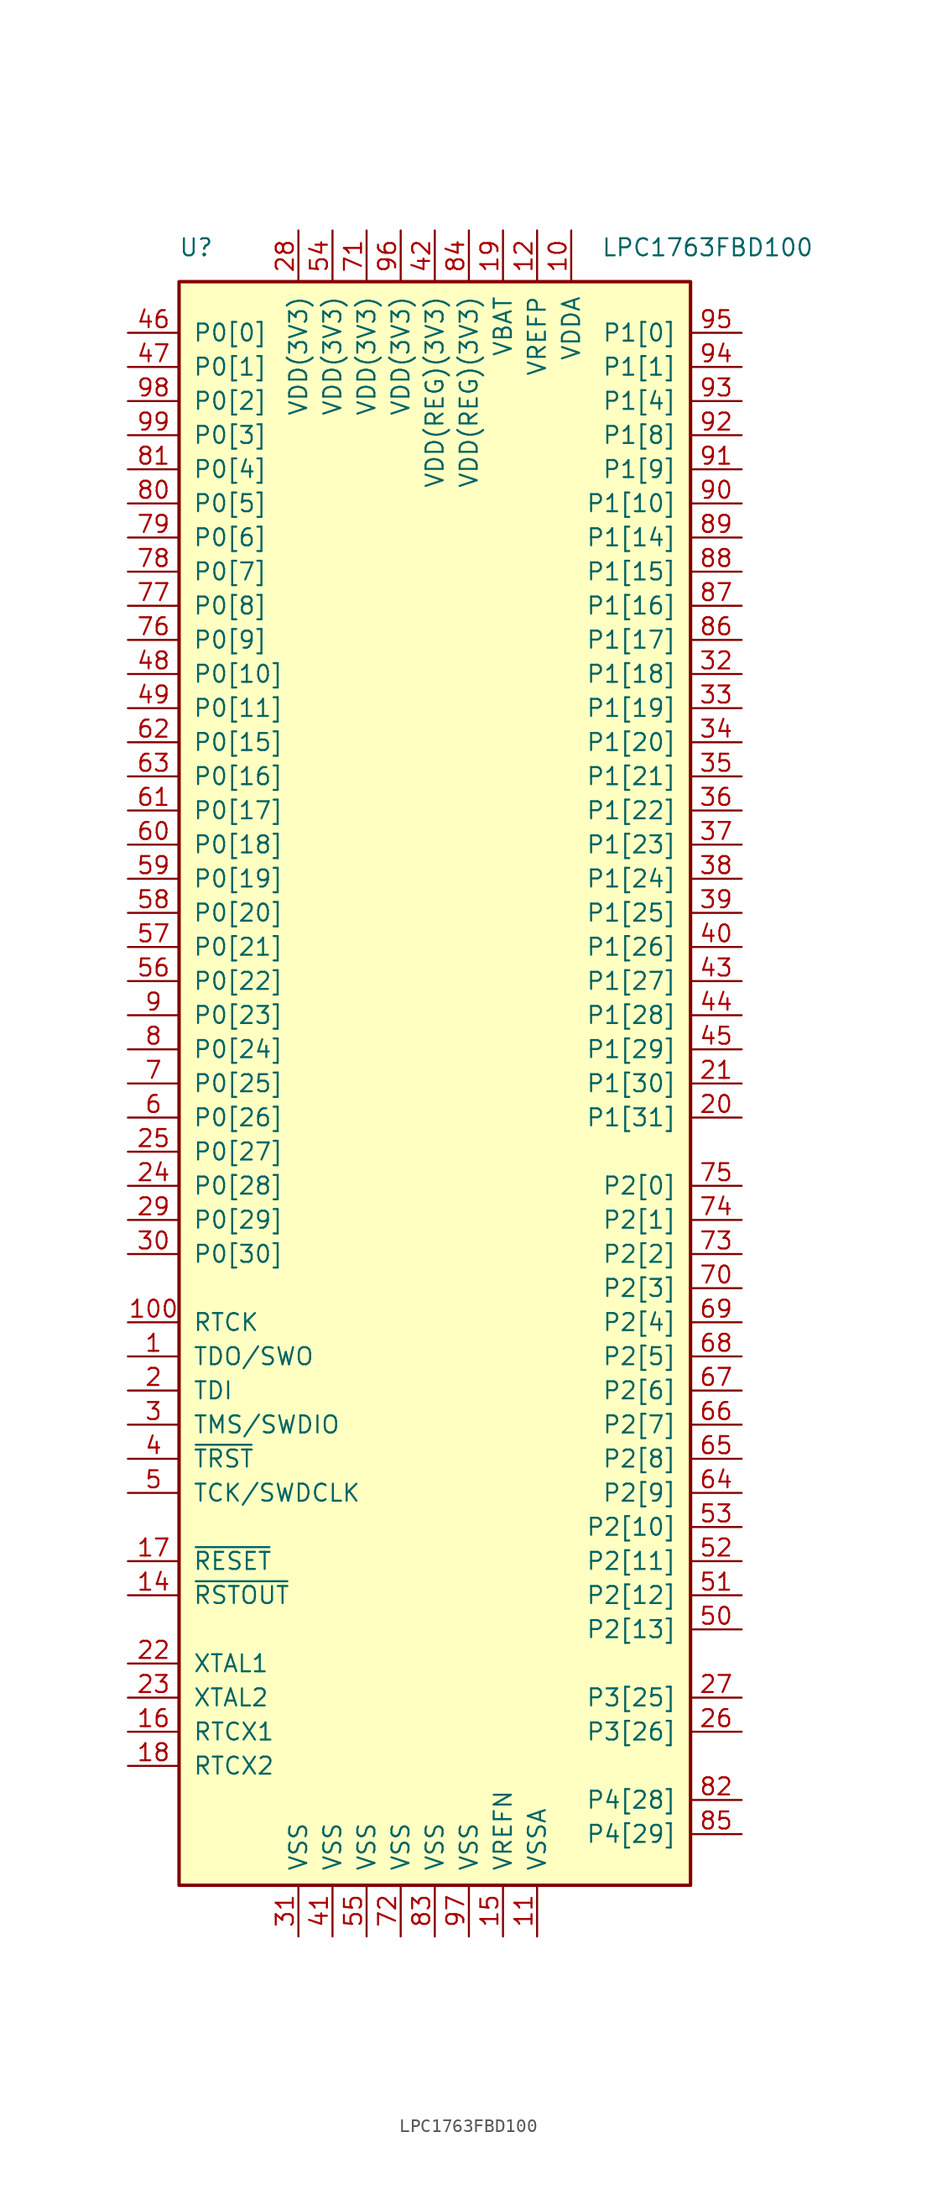
<source format=kicad_sym>
(kicad_symbol_lib
  (version 20211014)
  (generator kicad_symbol_editor)
  (symbol "LPC1763FBD100"
    (pin_names
      (offset 1.016))
    (property "Reference" "U"
      (at -17.78 62.23 0)
      (effects (font (size 1.27 1.27))))
    (property "Value" "LPC1763FBD100"
      (at 20.32 62.23 0)
      (effects (font (size 1.27 1.27))))
    (symbol "LPC1763FBD100_0_1"
      (rectangle (start -19.05 59.69) (end 19.05 -59.69) (stroke (width 0.254) (type default) (color 0 0 0 0)) (fill (type background))))
    (symbol "LPC1763FBD100_1_1"
      (pin output line (at -22.86 -20.32 0) (length 3.81) (name "TDO/SWO" (effects (font (size 1.27 1.27)))) (number "1" (effects (font (size 1.27 1.27)))))
      (pin power_in line (at 10.16 63.5 270) (length 3.81) (name "VDDA" (effects (font (size 1.27 1.27)))) (number "10" (effects (font (size 1.27 1.27)))))
      (pin output line (at -22.86 -17.78 0) (length 3.81) (name "RTCK" (effects (font (size 1.27 1.27)))) (number "100" (effects (font (size 1.27 1.27)))))
      (pin power_in line (at 7.62 -63.5 90) (length 3.81) (name "VSSA" (effects (font (size 1.27 1.27)))) (number "11" (effects (font (size 1.27 1.27)))))
      (pin power_in line (at 7.62 63.5 270) (length 3.81) (name "VREFP" (effects (font (size 1.27 1.27)))) (number "12" (effects (font (size 1.27 1.27)))))
      (pin no_connect line (at -22.86 -55.88 0) (length 3.81) hide (name "NC" (effects (font (size 1.27 1.27)))) (number "13" (effects (font (size 1.27 1.27)))))
      (pin output line (at -22.86 -38.1 0) (length 3.81) (name "~{RSTOUT}" (effects (font (size 1.27 1.27)))) (number "14" (effects (font (size 1.27 1.27)))))
      (pin power_in line (at 5.08 -63.5 90) (length 3.81) (name "VREFN" (effects (font (size 1.27 1.27)))) (number "15" (effects (font (size 1.27 1.27)))))
      (pin input line (at -22.86 -48.26 0) (length 3.81) (name "RTCX1" (effects (font (size 1.27 1.27)))) (number "16" (effects (font (size 1.27 1.27)))))
      (pin input line (at -22.86 -35.56 0) (length 3.81) (name "~{RESET}" (effects (font (size 1.27 1.27)))) (number "17" (effects (font (size 1.27 1.27)))))
      (pin output line (at -22.86 -50.8 0) (length 3.81) (name "RTCX2" (effects (font (size 1.27 1.27)))) (number "18" (effects (font (size 1.27 1.27)))))
      (pin power_in line (at 5.08 63.5 270) (length 3.81) (name "VBAT" (effects (font (size 1.27 1.27)))) (number "19" (effects (font (size 1.27 1.27)))))
      (pin input line (at -22.86 -22.86 0) (length 3.81) (name "TDI" (effects (font (size 1.27 1.27)))) (number "2" (effects (font (size 1.27 1.27)))))
      (pin bidirectional line (at 22.86 -2.54 180) (length 3.81) (name "P1[31]" (effects (font (size 1.27 1.27)))) (number "20" (effects (font (size 1.27 1.27)))))
      (pin bidirectional line (at 22.86 0 180) (length 3.81) (name "P1[30]" (effects (font (size 1.27 1.27)))) (number "21" (effects (font (size 1.27 1.27)))))
      (pin input line (at -22.86 -43.18 0) (length 3.81) (name "XTAL1" (effects (font (size 1.27 1.27)))) (number "22" (effects (font (size 1.27 1.27)))))
      (pin output line (at -22.86 -45.72 0) (length 3.81) (name "XTAL2" (effects (font (size 1.27 1.27)))) (number "23" (effects (font (size 1.27 1.27)))))
      (pin bidirectional line (at -22.86 -7.62 0) (length 3.81) (name "P0[28]" (effects (font (size 1.27 1.27)))) (number "24" (effects (font (size 1.27 1.27)))))
      (pin bidirectional line (at -22.86 -5.08 0) (length 3.81) (name "P0[27]" (effects (font (size 1.27 1.27)))) (number "25" (effects (font (size 1.27 1.27)))))
      (pin bidirectional line (at 22.86 -48.26 180) (length 3.81) (name "P3[26]" (effects (font (size 1.27 1.27)))) (number "26" (effects (font (size 1.27 1.27)))))
      (pin bidirectional line (at 22.86 -45.72 180) (length 3.81) (name "P3[25]" (effects (font (size 1.27 1.27)))) (number "27" (effects (font (size 1.27 1.27)))))
      (pin power_in line (at -10.16 63.5 270) (length 3.81) (name "VDD(3V3)" (effects (font (size 1.27 1.27)))) (number "28" (effects (font (size 1.27 1.27)))))
      (pin bidirectional line (at -22.86 -10.16 0) (length 3.81) (name "P0[29]" (effects (font (size 1.27 1.27)))) (number "29" (effects (font (size 1.27 1.27)))))
      (pin bidirectional line (at -22.86 -25.4 0) (length 3.81) (name "TMS/SWDIO" (effects (font (size 1.27 1.27)))) (number "3" (effects (font (size 1.27 1.27)))))
      (pin bidirectional line (at -22.86 -12.7 0) (length 3.81) (name "P0[30]" (effects (font (size 1.27 1.27)))) (number "30" (effects (font (size 1.27 1.27)))))
      (pin power_in line (at -10.16 -63.5 90) (length 3.81) (name "VSS" (effects (font (size 1.27 1.27)))) (number "31" (effects (font (size 1.27 1.27)))))
      (pin bidirectional line (at 22.86 30.48 180) (length 3.81) (name "P1[18]" (effects (font (size 1.27 1.27)))) (number "32" (effects (font (size 1.27 1.27)))))
      (pin bidirectional line (at 22.86 27.94 180) (length 3.81) (name "P1[19]" (effects (font (size 1.27 1.27)))) (number "33" (effects (font (size 1.27 1.27)))))
      (pin bidirectional line (at 22.86 25.4 180) (length 3.81) (name "P1[20]" (effects (font (size 1.27 1.27)))) (number "34" (effects (font (size 1.27 1.27)))))
      (pin bidirectional line (at 22.86 22.86 180) (length 3.81) (name "P1[21]" (effects (font (size 1.27 1.27)))) (number "35" (effects (font (size 1.27 1.27)))))
      (pin bidirectional line (at 22.86 20.32 180) (length 3.81) (name "P1[22]" (effects (font (size 1.27 1.27)))) (number "36" (effects (font (size 1.27 1.27)))))
      (pin bidirectional line (at 22.86 17.78 180) (length 3.81) (name "P1[23]" (effects (font (size 1.27 1.27)))) (number "37" (effects (font (size 1.27 1.27)))))
      (pin bidirectional line (at 22.86 15.24 180) (length 3.81) (name "P1[24]" (effects (font (size 1.27 1.27)))) (number "38" (effects (font (size 1.27 1.27)))))
      (pin bidirectional line (at 22.86 12.7 180) (length 3.81) (name "P1[25]" (effects (font (size 1.27 1.27)))) (number "39" (effects (font (size 1.27 1.27)))))
      (pin input line (at -22.86 -27.94 0) (length 3.81) (name "~{TRST}" (effects (font (size 1.27 1.27)))) (number "4" (effects (font (size 1.27 1.27)))))
      (pin bidirectional line (at 22.86 10.16 180) (length 3.81) (name "P1[26]" (effects (font (size 1.27 1.27)))) (number "40" (effects (font (size 1.27 1.27)))))
      (pin power_in line (at -7.62 -63.5 90) (length 3.81) (name "VSS" (effects (font (size 1.27 1.27)))) (number "41" (effects (font (size 1.27 1.27)))))
      (pin power_in line (at 0 63.5 270) (length 3.81) (name "VDD(REG)(3V3)" (effects (font (size 1.27 1.27)))) (number "42" (effects (font (size 1.27 1.27)))))
      (pin bidirectional line (at 22.86 7.62 180) (length 3.81) (name "P1[27]" (effects (font (size 1.27 1.27)))) (number "43" (effects (font (size 1.27 1.27)))))
      (pin bidirectional line (at 22.86 5.08 180) (length 3.81) (name "P1[28]" (effects (font (size 1.27 1.27)))) (number "44" (effects (font (size 1.27 1.27)))))
      (pin bidirectional line (at 22.86 2.54 180) (length 3.81) (name "P1[29]" (effects (font (size 1.27 1.27)))) (number "45" (effects (font (size 1.27 1.27)))))
      (pin bidirectional line (at -22.86 55.88 0) (length 3.81) (name "P0[0]" (effects (font (size 1.27 1.27)))) (number "46" (effects (font (size 1.27 1.27)))))
      (pin bidirectional line (at -22.86 53.34 0) (length 3.81) (name "P0[1]" (effects (font (size 1.27 1.27)))) (number "47" (effects (font (size 1.27 1.27)))))
      (pin bidirectional line (at -22.86 30.48 0) (length 3.81) (name "P0[10]" (effects (font (size 1.27 1.27)))) (number "48" (effects (font (size 1.27 1.27)))))
      (pin bidirectional line (at -22.86 27.94 0) (length 3.81) (name "P0[11]" (effects (font (size 1.27 1.27)))) (number "49" (effects (font (size 1.27 1.27)))))
      (pin input line (at -22.86 -30.48 0) (length 3.81) (name "TCK/SWDCLK" (effects (font (size 1.27 1.27)))) (number "5" (effects (font (size 1.27 1.27)))))
      (pin bidirectional line (at 22.86 -40.64 180) (length 3.81) (name "P2[13]" (effects (font (size 1.27 1.27)))) (number "50" (effects (font (size 1.27 1.27)))))
      (pin bidirectional line (at 22.86 -38.1 180) (length 3.81) (name "P2[12]" (effects (font (size 1.27 1.27)))) (number "51" (effects (font (size 1.27 1.27)))))
      (pin bidirectional line (at 22.86 -35.56 180) (length 3.81) (name "P2[11]" (effects (font (size 1.27 1.27)))) (number "52" (effects (font (size 1.27 1.27)))))
      (pin bidirectional line (at 22.86 -33.02 180) (length 3.81) (name "P2[10]" (effects (font (size 1.27 1.27)))) (number "53" (effects (font (size 1.27 1.27)))))
      (pin power_in line (at -7.62 63.5 270) (length 3.81) (name "VDD(3V3)" (effects (font (size 1.27 1.27)))) (number "54" (effects (font (size 1.27 1.27)))))
      (pin power_in line (at -5.08 -63.5 90) (length 3.81) (name "VSS" (effects (font (size 1.27 1.27)))) (number "55" (effects (font (size 1.27 1.27)))))
      (pin bidirectional line (at -22.86 7.62 0) (length 3.81) (name "P0[22]" (effects (font (size 1.27 1.27)))) (number "56" (effects (font (size 1.27 1.27)))))
      (pin bidirectional line (at -22.86 10.16 0) (length 3.81) (name "P0[21]" (effects (font (size 1.27 1.27)))) (number "57" (effects (font (size 1.27 1.27)))))
      (pin bidirectional line (at -22.86 12.7 0) (length 3.81) (name "P0[20]" (effects (font (size 1.27 1.27)))) (number "58" (effects (font (size 1.27 1.27)))))
      (pin bidirectional line (at -22.86 15.24 0) (length 3.81) (name "P0[19]" (effects (font (size 1.27 1.27)))) (number "59" (effects (font (size 1.27 1.27)))))
      (pin bidirectional line (at -22.86 -2.54 0) (length 3.81) (name "P0[26]" (effects (font (size 1.27 1.27)))) (number "6" (effects (font (size 1.27 1.27)))))
      (pin bidirectional line (at -22.86 17.78 0) (length 3.81) (name "P0[18]" (effects (font (size 1.27 1.27)))) (number "60" (effects (font (size 1.27 1.27)))))
      (pin bidirectional line (at -22.86 20.32 0) (length 3.81) (name "P0[17]" (effects (font (size 1.27 1.27)))) (number "61" (effects (font (size 1.27 1.27)))))
      (pin bidirectional line (at -22.86 25.4 0) (length 3.81) (name "P0[15]" (effects (font (size 1.27 1.27)))) (number "62" (effects (font (size 1.27 1.27)))))
      (pin bidirectional line (at -22.86 22.86 0) (length 3.81) (name "P0[16]" (effects (font (size 1.27 1.27)))) (number "63" (effects (font (size 1.27 1.27)))))
      (pin bidirectional line (at 22.86 -30.48 180) (length 3.81) (name "P2[9]" (effects (font (size 1.27 1.27)))) (number "64" (effects (font (size 1.27 1.27)))))
      (pin bidirectional line (at 22.86 -27.94 180) (length 3.81) (name "P2[8]" (effects (font (size 1.27 1.27)))) (number "65" (effects (font (size 1.27 1.27)))))
      (pin bidirectional line (at 22.86 -25.4 180) (length 3.81) (name "P2[7]" (effects (font (size 1.27 1.27)))) (number "66" (effects (font (size 1.27 1.27)))))
      (pin bidirectional line (at 22.86 -22.86 180) (length 3.81) (name "P2[6]" (effects (font (size 1.27 1.27)))) (number "67" (effects (font (size 1.27 1.27)))))
      (pin bidirectional line (at 22.86 -20.32 180) (length 3.81) (name "P2[5]" (effects (font (size 1.27 1.27)))) (number "68" (effects (font (size 1.27 1.27)))))
      (pin bidirectional line (at 22.86 -17.78 180) (length 3.81) (name "P2[4]" (effects (font (size 1.27 1.27)))) (number "69" (effects (font (size 1.27 1.27)))))
      (pin bidirectional line (at -22.86 0 0) (length 3.81) (name "P0[25]" (effects (font (size 1.27 1.27)))) (number "7" (effects (font (size 1.27 1.27)))))
      (pin bidirectional line (at 22.86 -15.24 180) (length 3.81) (name "P2[3]" (effects (font (size 1.27 1.27)))) (number "70" (effects (font (size 1.27 1.27)))))
      (pin power_in line (at -5.08 63.5 270) (length 3.81) (name "VDD(3V3)" (effects (font (size 1.27 1.27)))) (number "71" (effects (font (size 1.27 1.27)))))
      (pin power_in line (at -2.54 -63.5 90) (length 3.81) (name "VSS" (effects (font (size 1.27 1.27)))) (number "72" (effects (font (size 1.27 1.27)))))
      (pin bidirectional line (at 22.86 -12.7 180) (length 3.81) (name "P2[2]" (effects (font (size 1.27 1.27)))) (number "73" (effects (font (size 1.27 1.27)))))
      (pin bidirectional line (at 22.86 -10.16 180) (length 3.81) (name "P2[1]" (effects (font (size 1.27 1.27)))) (number "74" (effects (font (size 1.27 1.27)))))
      (pin bidirectional line (at 22.86 -7.62 180) (length 3.81) (name "P2[0]" (effects (font (size 1.27 1.27)))) (number "75" (effects (font (size 1.27 1.27)))))
      (pin bidirectional line (at -22.86 33.02 0) (length 3.81) (name "P0[9]" (effects (font (size 1.27 1.27)))) (number "76" (effects (font (size 1.27 1.27)))))
      (pin bidirectional line (at -22.86 35.56 0) (length 3.81) (name "P0[8]" (effects (font (size 1.27 1.27)))) (number "77" (effects (font (size 1.27 1.27)))))
      (pin bidirectional line (at -22.86 38.1 0) (length 3.81) (name "P0[7]" (effects (font (size 1.27 1.27)))) (number "78" (effects (font (size 1.27 1.27)))))
      (pin bidirectional line (at -22.86 40.64 0) (length 3.81) (name "P0[6]" (effects (font (size 1.27 1.27)))) (number "79" (effects (font (size 1.27 1.27)))))
      (pin bidirectional line (at -22.86 2.54 0) (length 3.81) (name "P0[24]" (effects (font (size 1.27 1.27)))) (number "8" (effects (font (size 1.27 1.27)))))
      (pin bidirectional line (at -22.86 43.18 0) (length 3.81) (name "P0[5]" (effects (font (size 1.27 1.27)))) (number "80" (effects (font (size 1.27 1.27)))))
      (pin bidirectional line (at -22.86 45.72 0) (length 3.81) (name "P0[4]" (effects (font (size 1.27 1.27)))) (number "81" (effects (font (size 1.27 1.27)))))
      (pin bidirectional line (at 22.86 -53.34 180) (length 3.81) (name "P4[28]" (effects (font (size 1.27 1.27)))) (number "82" (effects (font (size 1.27 1.27)))))
      (pin power_in line (at 0 -63.5 90) (length 3.81) (name "VSS" (effects (font (size 1.27 1.27)))) (number "83" (effects (font (size 1.27 1.27)))))
      (pin power_in line (at 2.54 63.5 270) (length 3.81) (name "VDD(REG)(3V3)" (effects (font (size 1.27 1.27)))) (number "84" (effects (font (size 1.27 1.27)))))
      (pin bidirectional line (at 22.86 -55.88 180) (length 3.81) (name "P4[29]" (effects (font (size 1.27 1.27)))) (number "85" (effects (font (size 1.27 1.27)))))
      (pin bidirectional line (at 22.86 33.02 180) (length 3.81) (name "P1[17]" (effects (font (size 1.27 1.27)))) (number "86" (effects (font (size 1.27 1.27)))))
      (pin bidirectional line (at 22.86 35.56 180) (length 3.81) (name "P1[16]" (effects (font (size 1.27 1.27)))) (number "87" (effects (font (size 1.27 1.27)))))
      (pin bidirectional line (at 22.86 38.1 180) (length 3.81) (name "P1[15]" (effects (font (size 1.27 1.27)))) (number "88" (effects (font (size 1.27 1.27)))))
      (pin bidirectional line (at 22.86 40.64 180) (length 3.81) (name "P1[14]" (effects (font (size 1.27 1.27)))) (number "89" (effects (font (size 1.27 1.27)))))
      (pin bidirectional line (at -22.86 5.08 0) (length 3.81) (name "P0[23]" (effects (font (size 1.27 1.27)))) (number "9" (effects (font (size 1.27 1.27)))))
      (pin bidirectional line (at 22.86 43.18 180) (length 3.81) (name "P1[10]" (effects (font (size 1.27 1.27)))) (number "90" (effects (font (size 1.27 1.27)))))
      (pin bidirectional line (at 22.86 45.72 180) (length 3.81) (name "P1[9]" (effects (font (size 1.27 1.27)))) (number "91" (effects (font (size 1.27 1.27)))))
      (pin bidirectional line (at 22.86 48.26 180) (length 3.81) (name "P1[8]" (effects (font (size 1.27 1.27)))) (number "92" (effects (font (size 1.27 1.27)))))
      (pin bidirectional line (at 22.86 50.8 180) (length 3.81) (name "P1[4]" (effects (font (size 1.27 1.27)))) (number "93" (effects (font (size 1.27 1.27)))))
      (pin bidirectional line (at 22.86 53.34 180) (length 3.81) (name "P1[1]" (effects (font (size 1.27 1.27)))) (number "94" (effects (font (size 1.27 1.27)))))
      (pin bidirectional line (at 22.86 55.88 180) (length 3.81) (name "P1[0]" (effects (font (size 1.27 1.27)))) (number "95" (effects (font (size 1.27 1.27)))))
      (pin power_in line (at -2.54 63.5 270) (length 3.81) (name "VDD(3V3)" (effects (font (size 1.27 1.27)))) (number "96" (effects (font (size 1.27 1.27)))))
      (pin power_in line (at 2.54 -63.5 90) (length 3.81) (name "VSS" (effects (font (size 1.27 1.27)))) (number "97" (effects (font (size 1.27 1.27)))))
      (pin bidirectional line (at -22.86 50.8 0) (length 3.81) (name "P0[2]" (effects (font (size 1.27 1.27)))) (number "98" (effects (font (size 1.27 1.27)))))
      (pin bidirectional line (at -22.86 48.26 0) (length 3.81) (name "P0[3]" (effects (font (size 1.27 1.27)))) (number "99" (effects (font (size 1.27 1.27))))))))
</source>
